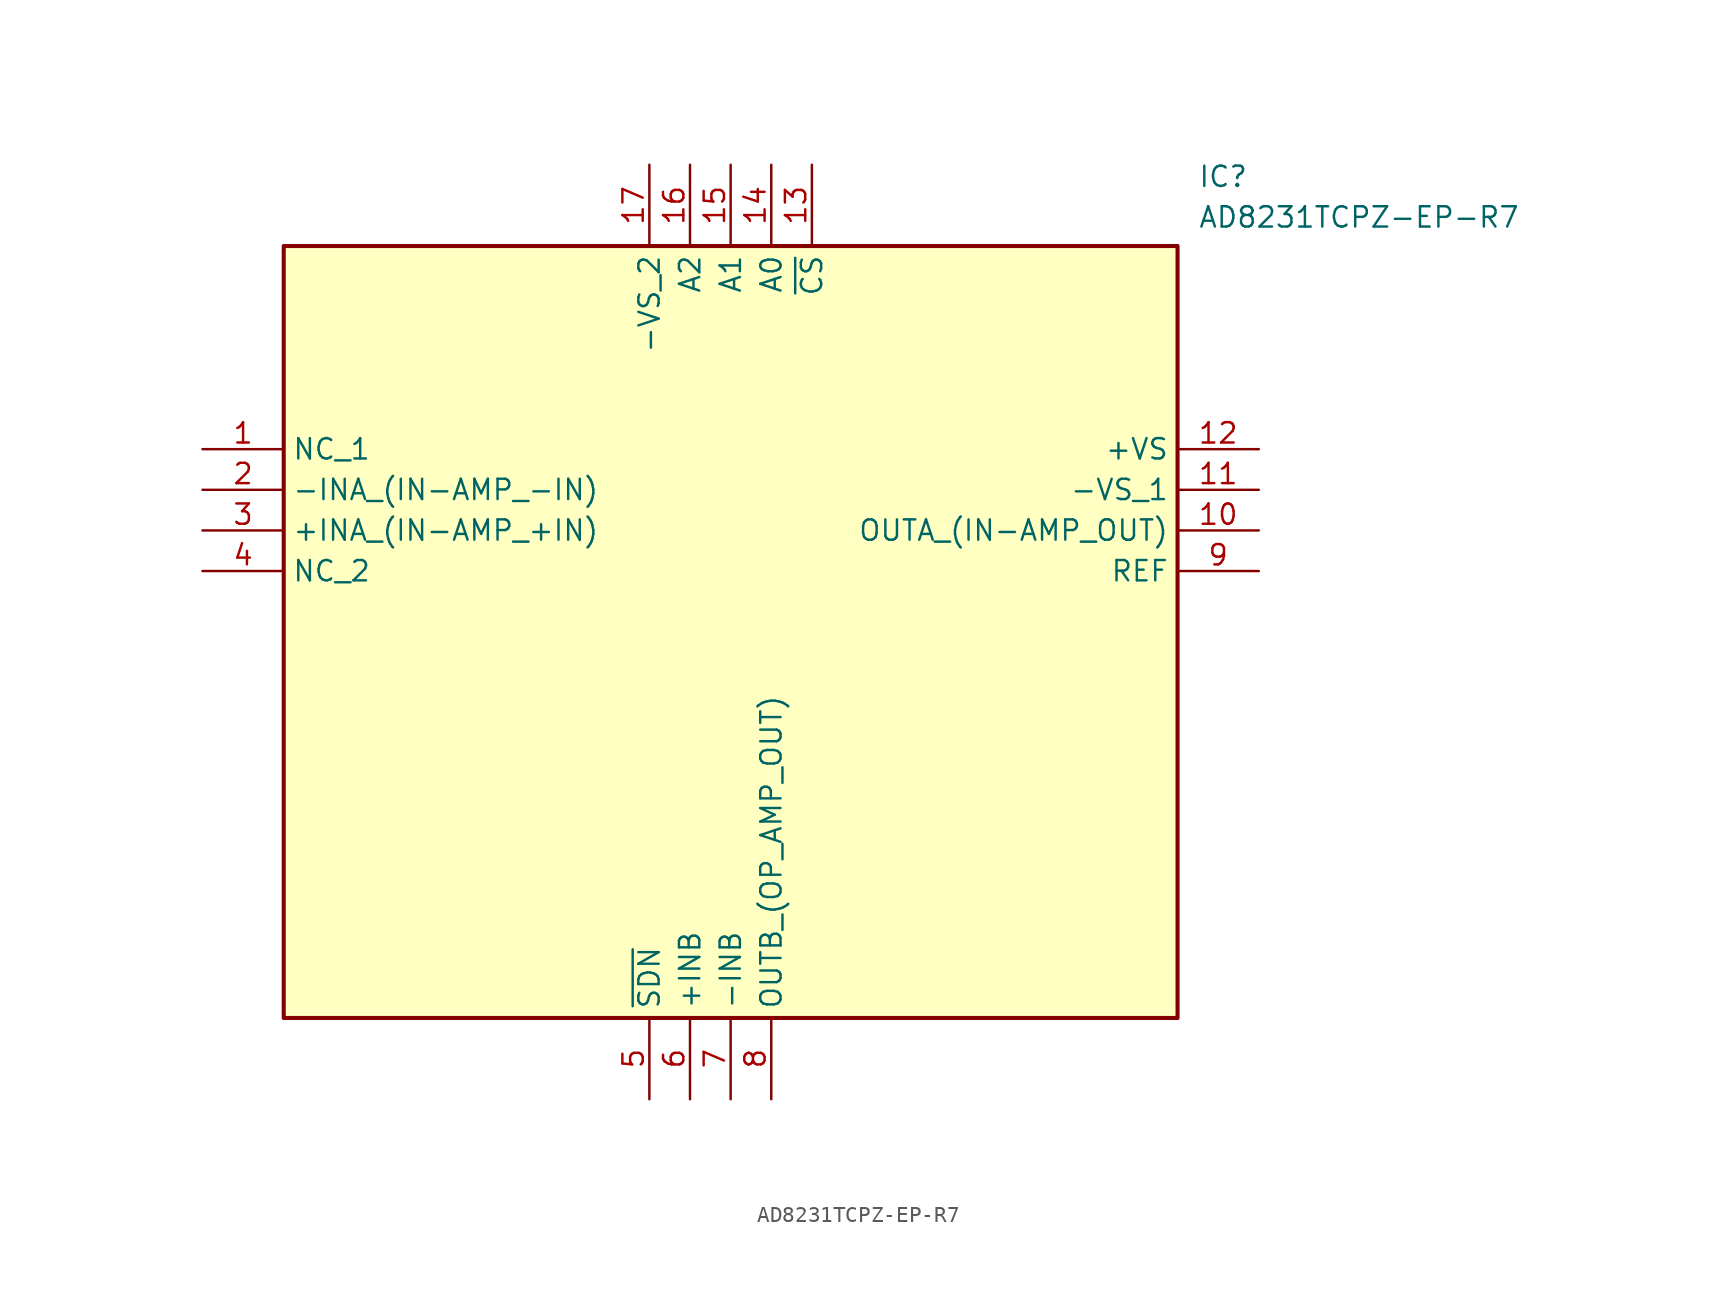
<source format=kicad_sym>
(kicad_symbol_lib
  (version 20211014)
  (generator SamacSys_ECAD_Model)
  (symbol "AD8231TCPZ-EP-R7"
    (property "Reference" "IC"
      (at 62.23 17.78 0)
      (effects (font (size 1.27 1.27)) (justify left top)))
    (property "Value" "AD8231TCPZ-EP-R7"
      (at 62.23 15.24 0)
      (effects (font (size 1.27 1.27)) (justify left top)))
    (rectangle
      (start 5.08 12.7)
      (end 60.96 -35.56)
      (stroke (width 0.254) (type default))
      (fill (type background)))
    (pin passive line
      (at 0 0 0)
      (length 5.08)
      (name "NC_1" (effects (font (size 1.27 1.27))))
      (number "1" (effects (font (size 1.27 1.27)))))
    (pin passive line
      (at 0 -2.54 0)
      (length 5.08)
      (name "-INA_(IN-AMP_-IN)" (effects (font (size 1.27 1.27))))
      (number "2" (effects (font (size 1.27 1.27)))))
    (pin passive line
      (at 0 -5.08 0)
      (length 5.08)
      (name "+INA_(IN-AMP_+IN)" (effects (font (size 1.27 1.27))))
      (number "3" (effects (font (size 1.27 1.27)))))
    (pin passive line
      (at 0 -7.62 0)
      (length 5.08)
      (name "NC_2" (effects (font (size 1.27 1.27))))
      (number "4" (effects (font (size 1.27 1.27)))))
    (pin passive line
      (at 27.94 -40.64 90)
      (length 5.08)
      (name "~{SDN}" (effects (font (size 1.27 1.27))))
      (number "5" (effects (font (size 1.27 1.27)))))
    (pin passive line
      (at 30.48 -40.64 90)
      (length 5.08)
      (name "+INB" (effects (font (size 1.27 1.27))))
      (number "6" (effects (font (size 1.27 1.27)))))
    (pin passive line
      (at 33.02 -40.64 90)
      (length 5.08)
      (name "-INB" (effects (font (size 1.27 1.27))))
      (number "7" (effects (font (size 1.27 1.27)))))
    (pin passive line
      (at 35.56 -40.64 90)
      (length 5.08)
      (name "OUTB_(OP_AMP_OUT)" (effects (font (size 1.27 1.27))))
      (number "8" (effects (font (size 1.27 1.27)))))
    (pin passive line
      (at 66.04 0 180)
      (length 5.08)
      (name "+VS" (effects (font (size 1.27 1.27))))
      (number "12" (effects (font (size 1.27 1.27)))))
    (pin passive line
      (at 66.04 -2.54 180)
      (length 5.08)
      (name "-VS_1" (effects (font (size 1.27 1.27))))
      (number "11" (effects (font (size 1.27 1.27)))))
    (pin passive line
      (at 66.04 -5.08 180)
      (length 5.08)
      (name "OUTA_(IN-AMP_OUT)" (effects (font (size 1.27 1.27))))
      (number "10" (effects (font (size 1.27 1.27)))))
    (pin passive line
      (at 66.04 -7.62 180)
      (length 5.08)
      (name "REF" (effects (font (size 1.27 1.27))))
      (number "9" (effects (font (size 1.27 1.27)))))
    (pin passive line
      (at 27.94 17.78 270)
      (length 5.08)
      (name "-VS_2" (effects (font (size 1.27 1.27))))
      (number "17" (effects (font (size 1.27 1.27)))))
    (pin passive line
      (at 30.48 17.78 270)
      (length 5.08)
      (name "A2" (effects (font (size 1.27 1.27))))
      (number "16" (effects (font (size 1.27 1.27)))))
    (pin passive line
      (at 33.02 17.78 270)
      (length 5.08)
      (name "A1" (effects (font (size 1.27 1.27))))
      (number "15" (effects (font (size 1.27 1.27)))))
    (pin passive line
      (at 35.56 17.78 270)
      (length 5.08)
      (name "A0" (effects (font (size 1.27 1.27))))
      (number "14" (effects (font (size 1.27 1.27)))))
    (pin passive line
      (at 38.1 17.78 270)
      (length 5.08)
      (name "~{CS}" (effects (font (size 1.27 1.27))))
      (number "13" (effects (font (size 1.27 1.27)))))))
</source>
